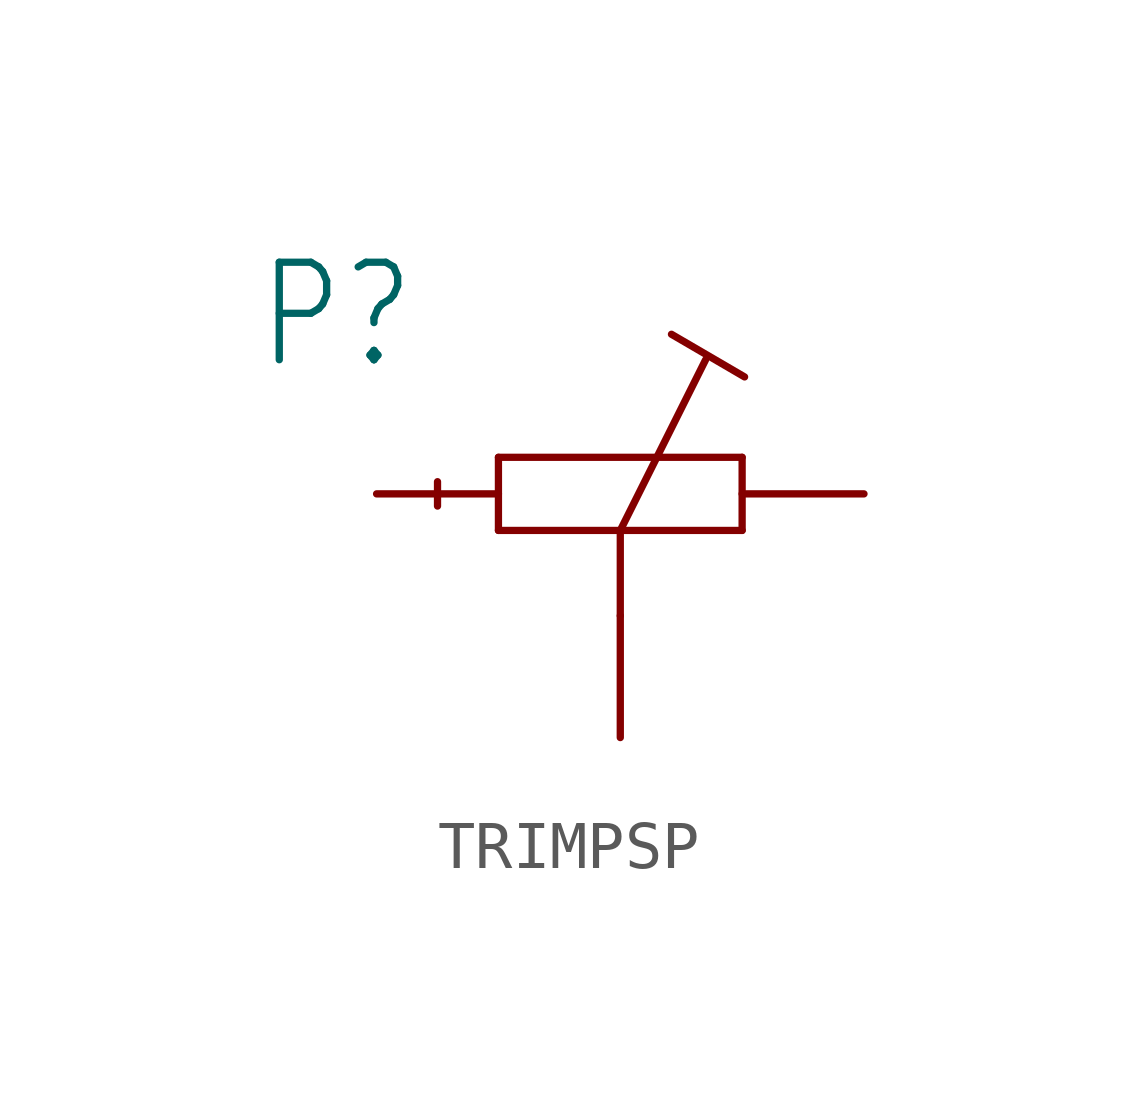
<source format=kicad_sym>
(kicad_symbol_lib
  (version 20241209)
  (generator "kicad_symbol_editor")
  (generator_version "9.0")
  (symbol "TRIMPSP"
    (property "Reference" "P"
      (at -7.62 2.54 0)
      (effects (font (size 2.032 1.727)) (justify left bottom)))
    (property "Value" ""
      (at -7.62 -5.08 0)
      (effects (font (size 2.032 1.727)) (justify left bottom)))
    (property "ki_locked" ""
      (at 0 0 0)
      (effects (font (size 1.27 1.27))))
    (symbol "TRIMPSP_1_0"
      (polyline (pts (xy -3.81 0.254) (xy -3.81 -0.254)) (stroke (width 0.152) (type solid)) (fill (type none)))
      (polyline (pts (xy -2.54 0.762) (xy -2.54 -0.762)) (stroke (width 0.152) (type solid)) (fill (type none)))
      (polyline (pts (xy -2.54 -0.762) (xy 0 -0.762)) (stroke (width 0.152) (type solid)) (fill (type none)))
      (polyline (pts (xy 0 -0.762) (xy 0 -2.54)) (stroke (width 0.152) (type solid)) (fill (type none)))
      (polyline (pts (xy 0 -0.762) (xy 1.778 2.794)) (stroke (width 0.152) (type solid)) (fill (type none)))
      (polyline (pts (xy 0 -0.762) (xy 2.54 -0.762)) (stroke (width 0.152) (type solid)) (fill (type none)))
      (polyline (pts (xy 2.54 0.762) (xy -2.54 0.762)) (stroke (width 0.152) (type solid)) (fill (type none)))
      (polyline (pts (xy 2.54 -0.762) (xy 2.54 0.762)) (stroke (width 0.152) (type solid)) (fill (type none)))
      (polyline (pts (xy 2.591 2.438) (xy 1.067 3.327)) (stroke (width 0.152) (type solid)) (fill (type none)))
      (pin passive line (at -5.08 0 0) (length 2.54) (name "A" (effects (font (size 0 0)))) (number "1" (effects (font (size 0 0)))))
      (pin passive line (at 0 -5.08 90) (length 2.54) (name "S" (effects (font (size 0 0)))) (number "2" (effects (font (size 0 0)))))
      (pin passive line (at 5.08 0 180) (length 2.54) (name "E" (effects (font (size 0 0)))) (number "3" (effects (font (size 0 0))))))))
</source>
